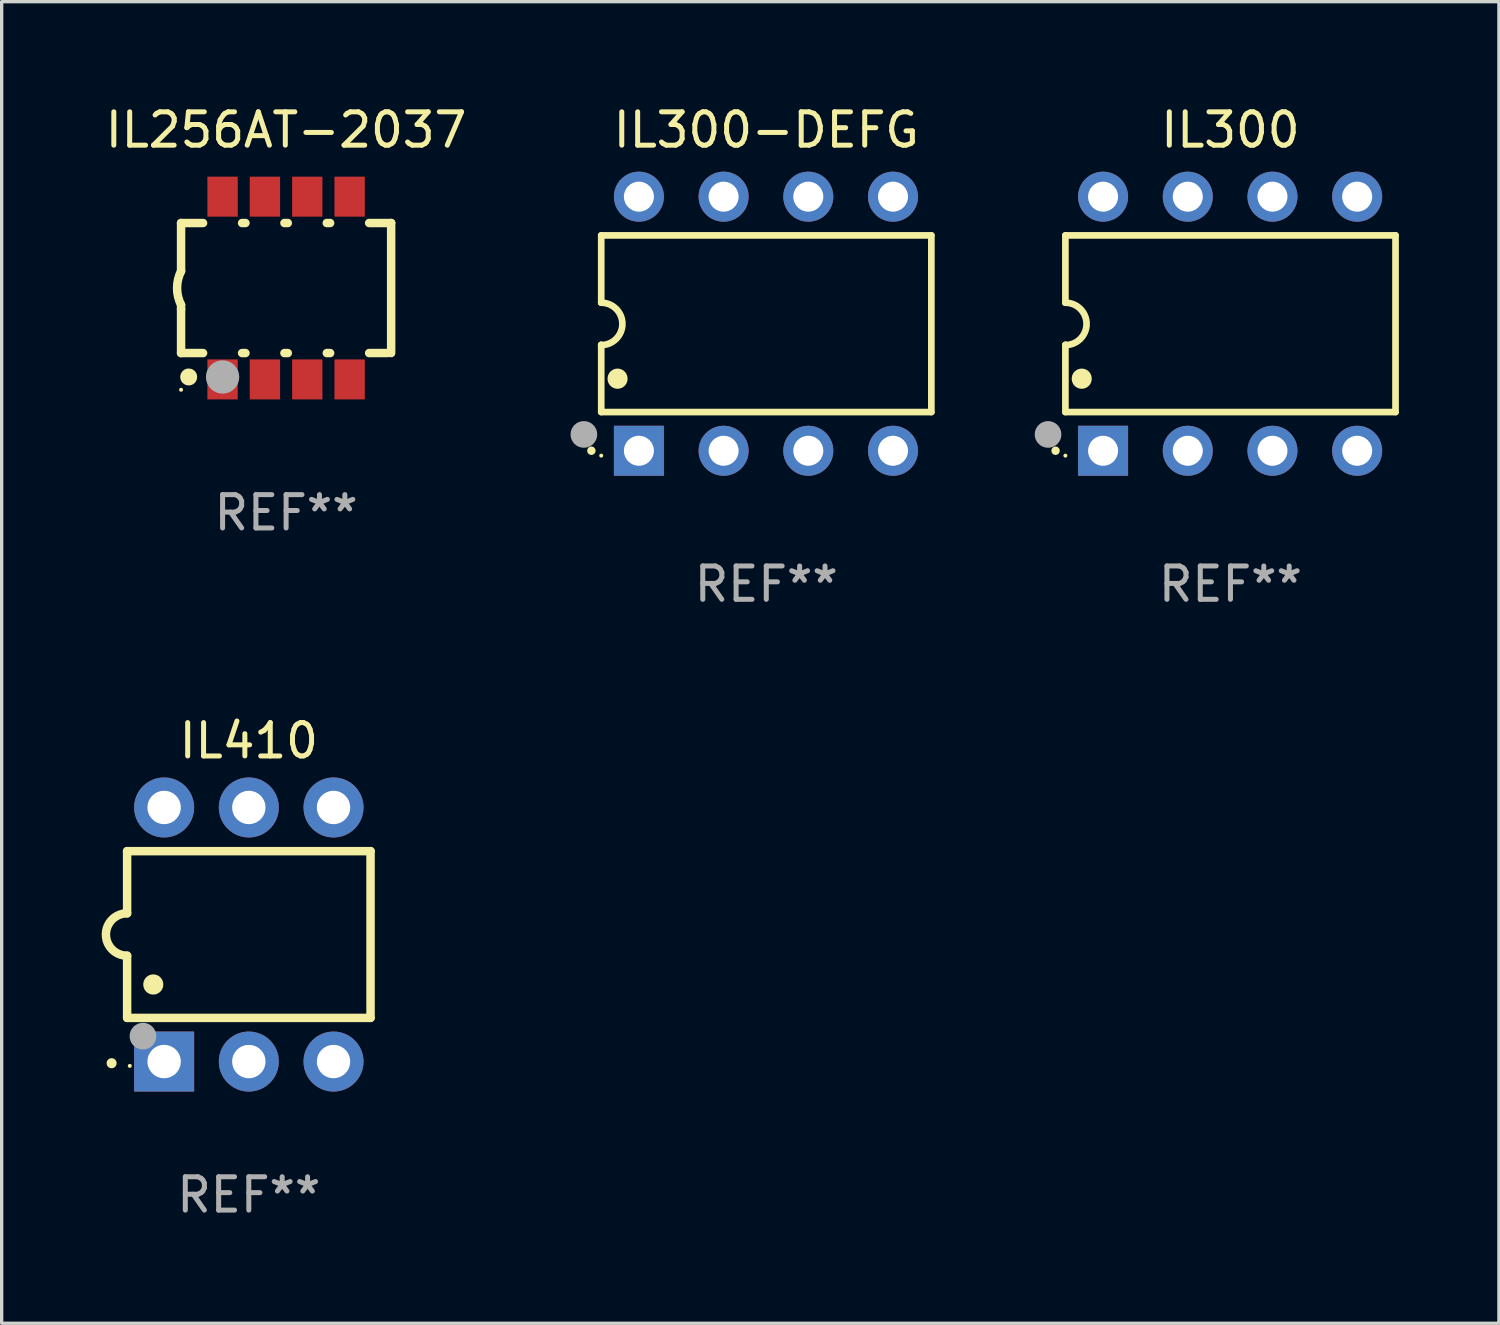
<source format=kicad_pcb>
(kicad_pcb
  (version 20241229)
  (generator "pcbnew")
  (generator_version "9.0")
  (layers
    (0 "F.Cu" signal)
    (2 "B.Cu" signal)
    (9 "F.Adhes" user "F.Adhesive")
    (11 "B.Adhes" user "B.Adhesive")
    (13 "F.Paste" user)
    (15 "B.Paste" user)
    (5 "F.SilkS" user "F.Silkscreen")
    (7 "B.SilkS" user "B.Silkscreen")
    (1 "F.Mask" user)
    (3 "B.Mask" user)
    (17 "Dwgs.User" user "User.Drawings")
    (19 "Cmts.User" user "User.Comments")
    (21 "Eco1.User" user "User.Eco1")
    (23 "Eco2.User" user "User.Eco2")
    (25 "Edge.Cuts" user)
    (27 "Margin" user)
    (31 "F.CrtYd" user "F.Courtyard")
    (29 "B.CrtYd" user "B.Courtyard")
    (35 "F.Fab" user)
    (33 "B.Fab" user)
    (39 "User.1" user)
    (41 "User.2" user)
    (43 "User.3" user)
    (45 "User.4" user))
  (footprint "IL300"
    (layer "F.Cu")
    (at 33.85 6.658)
    (property "Reference" "IL300" (at 0 -5.81 0) (layer "F.SilkS") (effects (font (size 1 1) (thickness 0.15))))
    (attr through_hole)
    (fp_line (start -4.95 -2.649) (end 4.95 -2.649) (stroke (width 0.2) (type solid)) (layer "F.SilkS"))
    (fp_line (start -4.95 -0.635) (end -4.95 -2.649) (stroke (width 0.2) (type solid)) (layer "F.SilkS"))
    (fp_line (start -4.95 0.635) (end -4.95 0.64) (stroke (width 0.2) (type solid)) (layer "F.SilkS"))
    (fp_line (start -4.95 2.649) (end -4.95 0.635) (stroke (width 0.2) (type solid)) (layer "F.SilkS"))
    (fp_line (start -4.95 -0.64) (end -4.95 -0.635) (stroke (width 0.2) (type solid)) (layer "F.SilkS"))
    (fp_line (start 4.95 -2.649) (end 4.95 2.649) (stroke (width 0.2) (type solid)) (layer "F.SilkS"))
    (fp_line (start 4.95 2.649) (end -4.95 2.649) (stroke (width 0.2) (type solid)) (layer "F.SilkS"))
    (fp_arc (start -5.24511 3.810008) (mid -5.245117 3.808738) (end -5.24511 3.807468) (stroke (width 0.25) (type solid)) (layer "F.SilkS"))
    (fp_arc (start -4.950165 -0.629997) (mid -4.315164 0.005004) (end -4.950165 0.640005) (stroke (width 0.2) (type solid)) (layer "F.SilkS"))
    (fp_arc (start -4.460249 1.651003) (mid -4.46026 1.648463) (end -4.460249 1.645923) (stroke (width 0.6) (type solid)) (layer "F.SilkS"))
    (fp_circle (center -4.95 3.956) (end -4.92 3.956) (stroke (width 0.06) (type solid)) (fill no) (layer "F.SilkS"))
    (fp_circle (center -5.47 3.32) (end -5.27 3.32) (stroke (width 0.4) (type solid)) (fill no) (layer "F.Fab"))
    (fp_text user "REF**" (at 0 7.81 0) (layer "F.Fab") (effects (font (size 1 1) (thickness 0.15))))
    (pad "1" thru_hole rect (at -3.82 3.81) (size 1.5 1.5) (drill 0.9) (layers "*.Cu" "*.Mask"))
    (pad "2" thru_hole circle (at -1.28 3.81) (size 1.5 1.5) (drill 0.9) (layers "*.Cu" "*.Mask"))
    (pad "3" thru_hole circle (at 1.26 3.81) (size 1.5 1.5) (drill 0.9) (layers "*.Cu" "*.Mask"))
    (pad "4" thru_hole circle (at 3.8 3.81) (size 1.5 1.5) (drill 0.9) (layers "*.Cu" "*.Mask"))
    (pad "5" thru_hole circle (at 3.8 -3.81) (size 1.5 1.5) (drill 0.9) (layers "*.Cu" "*.Mask"))
    (pad "6" thru_hole circle (at 1.26 -3.81) (size 1.5 1.5) (drill 0.9) (layers "*.Cu" "*.Mask"))
    (pad "7" thru_hole circle (at -1.28 -3.81) (size 1.5 1.5) (drill 0.9) (layers "*.Cu" "*.Mask"))
    (pad "8" thru_hole circle (at -3.82 -3.81) (size 1.5 1.5) (drill 0.9) (layers "*.Cu" "*.Mask")))
  (footprint "IL410"
    (layer "F.Cu")
    (at 4.412 24.975)
    (property "Reference" "IL410" (at 0 -5.81 0) (layer "F.SilkS") (effects (font (size 1 1) (thickness 0.15))))
    (attr through_hole)
    (fp_line (start -3.65 -2.5) (end 3.65 -2.5) (stroke (width 0.254) (type solid)) (layer "F.SilkS"))
    (fp_line (start -3.65 -0.635) (end -3.65 -2.5) (stroke (width 0.254) (type solid)) (layer "F.SilkS"))
    (fp_line (start -3.65 0.635) (end -3.65 2.5) (stroke (width 0.254) (type solid)) (layer "F.SilkS"))
    (fp_line (start -3.65 2.5) (end 3.65 2.5) (stroke (width 0.254) (type solid)) (layer "F.SilkS"))
    (fp_line (start 3.65 -2.5) (end 3.65 2.5) (stroke (width 0.254) (type solid)) (layer "F.SilkS"))
    (fp_arc (start -4.114808 3.860808) (mid -4.114813 3.859538) (end -4.114808 3.858268) (stroke (width 0.3) (type solid)) (layer "F.SilkS"))
    (fp_arc (start -3.650013 0.635001) (mid -4.285014 0) (end -3.650013 -0.635001) (stroke (width 0.254001) (type solid)) (layer "F.SilkS"))
    (fp_arc (start -2.865405 1.501143) (mid -2.865416 1.498603) (end -2.865405 1.496063) (stroke (width 0.6) (type solid)) (layer "F.SilkS"))
    (fp_circle (center -3.57 3.94) (end -3.54 3.94) (stroke (width 0.06) (type solid)) (fill no) (layer "F.SilkS"))
    (fp_circle (center -3.175 3.048) (end -2.975 3.048) (stroke (width 0.4) (type solid)) (fill no) (layer "F.Fab"))
    (fp_text user "REF**" (at 0 7.81 0) (layer "F.Fab") (effects (font (size 1 1) (thickness 0.15))))
    (pad "1" thru_hole rect (at -2.54 3.81 90) (size 1.8 1.8) (drill 1) (layers "*.Cu" "*.Mask"))
    (pad "2" thru_hole circle (at 0 3.81) (size 1.8 1.8) (drill 1) (layers "*.Cu" "*.Mask"))
    (pad "3" thru_hole circle (at 2.54 3.81) (size 1.8 1.8) (drill 1) (layers "*.Cu" "*.Mask"))
    (pad "4" thru_hole circle (at 2.54 -3.81) (size 1.8 1.8) (drill 1) (layers "*.Cu" "*.Mask"))
    (pad "5" thru_hole circle (at 0 -3.81) (size 1.8 1.8) (drill 1) (layers "*.Cu" "*.Mask"))
    (pad "6" thru_hole circle (at -2.54 -3.81) (size 1.8 1.8) (drill 1) (layers "*.Cu" "*.Mask")))
  (footprint "IL300-DEFG"
    (layer "F.Cu")
    (at 19.93 6.658)
    (property "Reference" "IL300-DEFG" (at 0 -5.81 0) (layer "F.SilkS") (effects (font (size 1 1) (thickness 0.15))))
    (attr through_hole)
    (fp_line (start -4.95 -2.649) (end 4.95 -2.649) (stroke (width 0.2) (type solid)) (layer "F.SilkS"))
    (fp_line (start -4.95 -0.635) (end -4.95 -2.649) (stroke (width 0.2) (type solid)) (layer "F.SilkS"))
    (fp_line (start -4.95 0.635) (end -4.95 0.64) (stroke (width 0.2) (type solid)) (layer "F.SilkS"))
    (fp_line (start -4.95 2.649) (end -4.95 0.635) (stroke (width 0.2) (type solid)) (layer "F.SilkS"))
    (fp_line (start -4.95 -0.64) (end -4.95 -0.635) (stroke (width 0.2) (type solid)) (layer "F.SilkS"))
    (fp_line (start 4.95 -2.649) (end 4.95 2.649) (stroke (width 0.2) (type solid)) (layer "F.SilkS"))
    (fp_line (start 4.95 2.649) (end -4.95 2.649) (stroke (width 0.2) (type solid)) (layer "F.SilkS"))
    (fp_arc (start -5.24511 3.810008) (mid -5.245117 3.808738) (end -5.24511 3.807468) (stroke (width 0.25) (type solid)) (layer "F.SilkS"))
    (fp_arc (start -4.950165 -0.629997) (mid -4.315164 0.005004) (end -4.950165 0.640005) (stroke (width 0.2) (type solid)) (layer "F.SilkS"))
    (fp_arc (start -4.460249 1.651003) (mid -4.46026 1.648463) (end -4.460249 1.645923) (stroke (width 0.6) (type solid)) (layer "F.SilkS"))
    (fp_circle (center -4.95 3.956) (end -4.92 3.956) (stroke (width 0.06) (type solid)) (fill no) (layer "F.SilkS"))
    (fp_circle (center -5.47 3.32) (end -5.27 3.32) (stroke (width 0.4) (type solid)) (fill no) (layer "F.Fab"))
    (fp_text user "REF**" (at 0 7.81 0) (layer "F.Fab") (effects (font (size 1 1) (thickness 0.15))))
    (pad "1" thru_hole rect (at -3.82 3.81) (size 1.5 1.5) (drill 0.9) (layers "*.Cu" "*.Mask"))
    (pad "2" thru_hole circle (at -1.28 3.81) (size 1.5 1.5) (drill 0.9) (layers "*.Cu" "*.Mask"))
    (pad "3" thru_hole circle (at 1.26 3.81) (size 1.5 1.5) (drill 0.9) (layers "*.Cu" "*.Mask"))
    (pad "4" thru_hole circle (at 3.8 3.81) (size 1.5 1.5) (drill 0.9) (layers "*.Cu" "*.Mask"))
    (pad "5" thru_hole circle (at 3.8 -3.81) (size 1.5 1.5) (drill 0.9) (layers "*.Cu" "*.Mask"))
    (pad "6" thru_hole circle (at 1.26 -3.81) (size 1.5 1.5) (drill 0.9) (layers "*.Cu" "*.Mask"))
    (pad "7" thru_hole circle (at -1.28 -3.81) (size 1.5 1.5) (drill 0.9) (layers "*.Cu" "*.Mask"))
    (pad "8" thru_hole circle (at -3.82 -3.81) (size 1.5 1.5) (drill 0.9) (layers "*.Cu" "*.Mask")))
  (footprint "IL256AT-2037"
    (layer "F.Cu")
    (at 5.53 5.588)
    (property "Reference" "IL256AT-2037" (at 0 -4.74 0) (layer "F.SilkS") (effects (font (size 1 1) (thickness 0.15))))
    (attr through_hole)
    (fp_line (start -3.15 -1.95) (end -3.15 -0.508) (stroke (width 0.254) (type solid)) (layer "F.SilkS"))
    (fp_line (start -3.15 -1.95) (end -2.49 -1.95) (stroke (width 0.254) (type solid)) (layer "F.SilkS"))
    (fp_line (start -3.15 0.635) (end -3.15 0.508) (stroke (width 0.254) (type solid)) (layer "F.SilkS"))
    (fp_line (start -3.15 1.95) (end -3.15 0.635) (stroke (width 0.254) (type solid)) (layer "F.SilkS"))
    (fp_line (start -3.15 1.95) (end -2.49 1.95) (stroke (width 0.254) (type solid)) (layer "F.SilkS"))
    (fp_line (start -1.32 -1.95) (end -1.22 -1.95) (stroke (width 0.254) (type solid)) (layer "F.SilkS"))
    (fp_line (start -1.32 1.95) (end -1.22 1.95) (stroke (width 0.254) (type solid)) (layer "F.SilkS"))
    (fp_line (start -0.05 1.95) (end 0.05 1.95) (stroke (width 0.254) (type solid)) (layer "F.SilkS"))
    (fp_line (start -0.05 -1.95) (end 0.05 -1.95) (stroke (width 0.254) (type solid)) (layer "F.SilkS"))
    (fp_line (start 1.22 1.95) (end 1.32 1.95) (stroke (width 0.254) (type solid)) (layer "F.SilkS"))
    (fp_line (start 1.22 -1.95) (end 1.32 -1.95) (stroke (width 0.254) (type solid)) (layer "F.SilkS"))
    (fp_line (start 2.49 1.95) (end 3.048 1.95) (stroke (width 0.254) (type solid)) (layer "F.SilkS"))
    (fp_line (start 2.49 -1.95) (end 3.15 -1.95) (stroke (width 0.254) (type solid)) (layer "F.SilkS"))
    (fp_line (start 3.15 -1.95) (end 3.15 1.95) (stroke (width 0.254) (type solid)) (layer "F.SilkS"))
    (fp_arc (start -3.149606 0.507239) (mid -3.269578 -0.000333) (end -3.150013 -0.508001) (stroke (width 0.254001) (type solid)) (layer "F.SilkS"))
    (fp_circle (center -3.15 3.05) (end -3.12 3.05) (stroke (width 0.06) (type solid)) (fill no) (layer "F.SilkS"))
    (fp_circle (center -2.921 2.667) (end -2.794 2.667) (stroke (width 0.254) (type solid)) (fill no) (layer "F.SilkS"))
    (fp_circle (center -1.905 2.667) (end -1.655 2.667) (stroke (width 0.5) (type solid)) (fill no) (layer "F.Fab"))
    (fp_text user "REF**" (at 0 6.74 0) (layer "F.Fab") (effects (font (size 1 1) (thickness 0.15))))
    (pad "1" smd rect (at -1.905 2.74 180) (size 0.91 1.2) (layers "F.Cu" "F.Mask" "F.Paste"))
    (pad "2" smd rect (at -0.635 2.74 180) (size 0.91 1.2) (layers "F.Cu" "F.Mask" "F.Paste"))
    (pad "3" smd rect (at 0.635 2.74 180) (size 0.91 1.2) (layers "F.Cu" "F.Mask" "F.Paste"))
    (pad "4" smd rect (at 1.905 2.74 180) (size 0.91 1.2) (layers "F.Cu" "F.Mask" "F.Paste"))
    (pad "5" smd rect (at 1.905 -2.74 180) (size 0.91 1.2) (layers "F.Cu" "F.Mask" "F.Paste"))
    (pad "6" smd rect (at 0.635 -2.74 180) (size 0.91 1.2) (layers "F.Cu" "F.Mask" "F.Paste"))
    (pad "7" smd rect (at -0.635 -2.74 180) (size 0.91 1.2) (layers "F.Cu" "F.Mask" "F.Paste"))
    (pad "8" smd rect (at -1.905 -2.74 180) (size 0.91 1.2) (layers "F.Cu" "F.Mask" "F.Paste")))
  (gr_rect
    (start -3 -3)
    (end 41.901 36.633)
    (stroke (width 0.1) (type default))
    (fill no)
    (layer "Edge.Cuts")))
</source>
